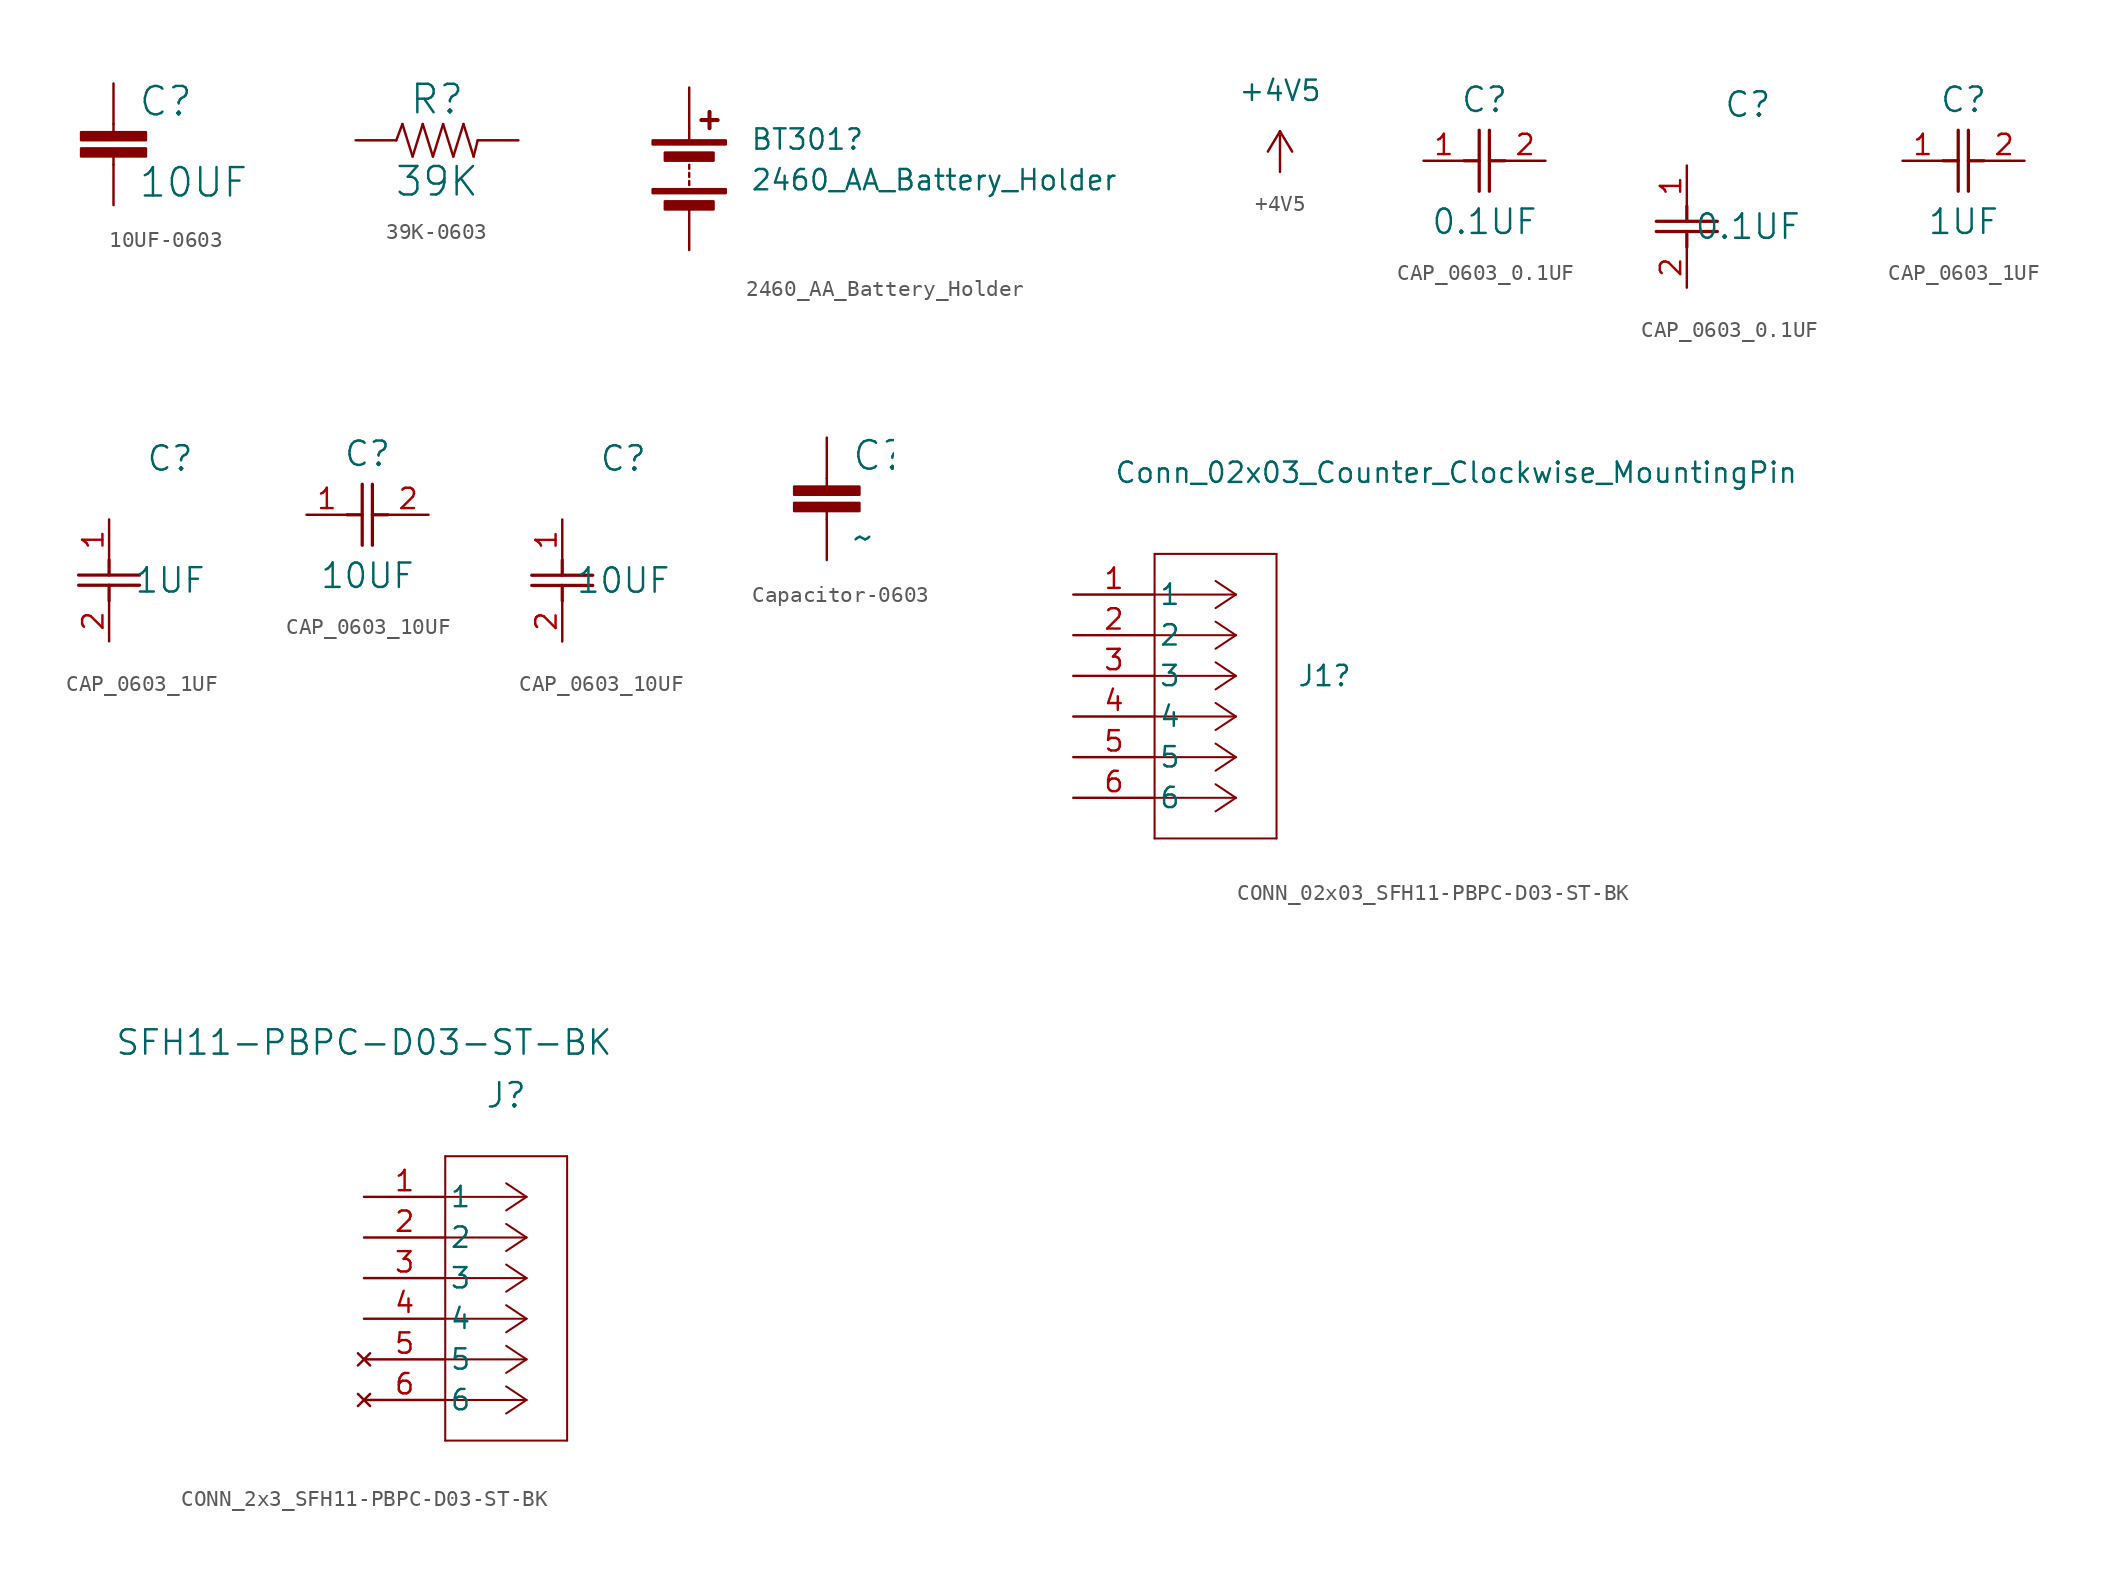
<source format=kicad_sym>
(kicad_symbol_lib
  (version 20220914)
  (generator kicad_symbol_editor)
  (symbol "10UF-0603"
    (property "Reference" "C"
      (at 1.524 2.921 0)
      (effects (font (size 1.778 1.778)) (justify left bottom)))
    (property "Value" "10UF"
      (at 1.524 -2.159 0)
      (effects (font (size 1.778 1.778)) (justify left bottom)))
    (symbol "10UF-0603_1_0"
      (rectangle (start -2.032 0.508) (end 2.032 1.016) (stroke (width 0) (type default)) (fill (type outline)))
      (rectangle (start -2.032 1.524) (end 2.032 2.032) (stroke (width 0) (type default)) (fill (type outline)))
      (polyline (pts (xy 0 0) (xy 0 0.508)) (stroke (width 0.152) (type solid)) (fill (type none)))
      (polyline (pts (xy 0 2.54) (xy 0 2.032)) (stroke (width 0.152) (type solid)) (fill (type none)))
      (pin passive line (at 0 5.08 270) (length 2.54) (name "1" (effects (font (size 0 0)))) (number "1" (effects (font (size 0 0)))))
      (pin passive line (at 0 -2.54 90) (length 2.54) (name "2" (effects (font (size 0 0)))) (number "2" (effects (font (size 0 0)))))))
  (symbol "39K-0603"
    (property "Reference" "R"
      (at 0 1.524 0)
      (effects (font (size 1.778 1.778)) (justify bottom)))
    (property "Value" "39K"
      (at 0 -1.524 0)
      (effects (font (size 1.778 1.778)) (justify top)))
    (symbol "39K-0603_1_0"
      (polyline (pts (xy -2.54 0) (xy -2.159 1.016)) (stroke (width 0.152) (type solid)) (fill (type none)))
      (polyline (pts (xy -2.159 1.016) (xy -1.524 -1.016)) (stroke (width 0.152) (type solid)) (fill (type none)))
      (polyline (pts (xy -1.524 -1.016) (xy -0.889 1.016)) (stroke (width 0.152) (type solid)) (fill (type none)))
      (polyline (pts (xy -0.889 1.016) (xy -0.254 -1.016)) (stroke (width 0.152) (type solid)) (fill (type none)))
      (polyline (pts (xy -0.254 -1.016) (xy 0.381 1.016)) (stroke (width 0.152) (type solid)) (fill (type none)))
      (polyline (pts (xy 0.381 1.016) (xy 1.016 -1.016)) (stroke (width 0.152) (type solid)) (fill (type none)))
      (polyline (pts (xy 1.016 -1.016) (xy 1.651 1.016)) (stroke (width 0.152) (type solid)) (fill (type none)))
      (polyline (pts (xy 1.651 1.016) (xy 2.286 -1.016)) (stroke (width 0.152) (type solid)) (fill (type none)))
      (polyline (pts (xy 2.286 -1.016) (xy 2.54 0)) (stroke (width 0.152) (type solid)) (fill (type none)))
      (pin passive line (at -5.08 0 0) (length 2.54) (name "1" (effects (font (size 0 0)))) (number "1" (effects (font (size 0 0)))))
      (pin passive line (at 5.08 0 180) (length 2.54) (name "2" (effects (font (size 0 0)))) (number "2" (effects (font (size 0 0)))))))
  (symbol "2460_AA_Battery_Holder"
    (pin_numbers hide)
    (pin_names
      (offset 0) hide)
    (property "Reference" "BT301"
      (at 3.81 1.841 0)
      (effects (font (size 1.27 1.27)) (justify left)))
    (property "Value" "2460_AA_Battery_Holder"
      (at 3.81 -0.699 0)
      (effects (font (size 1.27 1.27)) (justify left)))
    (symbol "2460_AA_Battery_Holder_0_1"
      (rectangle (start -2.286 -1.27) (end 2.286 -1.524) (stroke (width 0) (type default)) (fill (type outline)))
      (rectangle (start -2.286 1.778) (end 2.286 1.524) (stroke (width 0) (type default)) (fill (type outline)))
      (rectangle (start -1.524 -2.032) (end 1.524 -2.54) (stroke (width 0) (type default)) (fill (type outline)))
      (rectangle (start -1.524 1.016) (end 1.524 0.508) (stroke (width 0) (type default)) (fill (type outline)))
      (polyline (pts (xy 0 -1.016) (xy 0 -0.762)) (stroke (width 0) (type default)) (fill (type none)))
      (polyline (pts (xy 0 -0.508) (xy 0 -0.254)) (stroke (width 0) (type default)) (fill (type none)))
      (polyline (pts (xy 0 0) (xy 0 0.254)) (stroke (width 0) (type default)) (fill (type none)))
      (polyline (pts (xy 0 1.778) (xy 0 2.54)) (stroke (width 0) (type default)) (fill (type none)))
      (polyline (pts (xy 0.762 3.048) (xy 1.778 3.048)) (stroke (width 0.254) (type default)) (fill (type none)))
      (polyline (pts (xy 1.27 3.556) (xy 1.27 2.54)) (stroke (width 0.254) (type default)) (fill (type none))))
    (symbol "2460_AA_Battery_Holder_1_1"
      (pin passive line (at 0 5.08 270) (length 2.54) (name "+" (effects (font (size 1.27 1.27)))) (number "1" (effects (font (size 1.27 1.27)))))
      (pin passive line (at 0 -5.08 90) (length 2.54) (name "-" (effects (font (size 1.27 1.27)))) (number "2" (effects (font (size 1.27 1.27)))))))
  (symbol "+4V5"
    (power)
    (pin_names
      (offset 0))
    (property "Reference" "#PWR010"
      (at 0 -3.81 0)
      (effects (font (size 1.27 1.27)) hide))
    (property "Value" "+4V5"
      (at 0 5.08 0)
      (effects (font (size 1.27 1.27))))
    (symbol "+4V5_0_1"
      (polyline (pts (xy -0.762 1.27) (xy 0 2.54)) (stroke (width 0) (type default)) (fill (type none)))
      (polyline (pts (xy 0 0) (xy 0 2.54)) (stroke (width 0) (type default)) (fill (type none)))
      (polyline (pts (xy 0 2.54) (xy 0.762 1.27)) (stroke (width 0) (type default)) (fill (type none))))
    (symbol "+4V5_1_1"
      (pin power_in line (at 0 0 90) (length 0) hide (name "+4V5" (effects (font (size 1.27 1.27)))) (number "1" (effects (font (size 1.27 1.27)))))))
  (symbol "CAP_0603_0.1UF"
    (pin_names
      (offset 0.254))
    (property "Reference" "C"
      (at 3.81 3.81 0)
      (effects (font (size 1.524 1.524))))
    (property "Value" "0.1UF"
      (at 3.81 -3.81 0)
      (effects (font (size 1.524 1.524))))
    (symbol "CAP_0603_0.1UF_1_1"
      (polyline (pts (xy 2.54 0) (xy 3.48 0)) (stroke (width 0.203) (type default)) (fill (type none)))
      (polyline (pts (xy 3.48 -1.905) (xy 3.48 1.905)) (stroke (width 0.203) (type default)) (fill (type none)))
      (polyline (pts (xy 4.115 -1.905) (xy 4.115 1.905)) (stroke (width 0.203) (type default)) (fill (type none)))
      (polyline (pts (xy 4.115 0) (xy 5.08 0)) (stroke (width 0.203) (type default)) (fill (type none)))
      (pin passive line (at 0 0 0) (length 2.54) (name "" (effects (font (size 1.27 1.27)))) (number "1" (effects (font (size 1.27 1.27)))))
      (pin passive line (at 7.62 0 180) (length 2.54) (name "" (effects (font (size 1.27 1.27)))) (number "2" (effects (font (size 1.27 1.27))))))
    (symbol "CAP_0603_0.1UF_1_2"
      (polyline (pts (xy -1.905 -4.115) (xy 1.905 -4.115)) (stroke (width 0.203) (type default)) (fill (type none)))
      (polyline (pts (xy -1.905 -3.48) (xy 1.905 -3.48)) (stroke (width 0.203) (type default)) (fill (type none)))
      (polyline (pts (xy 0 -4.115) (xy 0 -5.08)) (stroke (width 0.203) (type default)) (fill (type none)))
      (polyline (pts (xy 0 -2.54) (xy 0 -3.48)) (stroke (width 0.203) (type default)) (fill (type none)))
      (pin unspecified line (at 0 0 270) (length 2.54) (name "" (effects (font (size 1.27 1.27)))) (number "1" (effects (font (size 1.27 1.27)))))
      (pin unspecified line (at 0 -7.62 90) (length 2.54) (name "" (effects (font (size 1.27 1.27)))) (number "2" (effects (font (size 1.27 1.27)))))))
  (symbol "CAP_0603_1UF"
    (pin_names
      (offset 0.254))
    (property "Reference" "C"
      (at 3.81 3.81 0)
      (effects (font (size 1.524 1.524))))
    (property "Value" "1UF"
      (at 3.81 -3.81 0)
      (effects (font (size 1.524 1.524))))
    (symbol "CAP_0603_1UF_1_1"
      (polyline (pts (xy 2.54 0) (xy 3.48 0)) (stroke (width 0.203) (type default)) (fill (type none)))
      (polyline (pts (xy 3.48 -1.905) (xy 3.48 1.905)) (stroke (width 0.203) (type default)) (fill (type none)))
      (polyline (pts (xy 4.115 -1.905) (xy 4.115 1.905)) (stroke (width 0.203) (type default)) (fill (type none)))
      (polyline (pts (xy 4.115 0) (xy 5.08 0)) (stroke (width 0.203) (type default)) (fill (type none)))
      (pin passive line (at 0 0 0) (length 2.54) (name "" (effects (font (size 1.27 1.27)))) (number "1" (effects (font (size 1.27 1.27)))))
      (pin passive line (at 7.62 0 180) (length 2.54) (name "" (effects (font (size 1.27 1.27)))) (number "2" (effects (font (size 1.27 1.27))))))
    (symbol "CAP_0603_1UF_1_2"
      (polyline (pts (xy -1.905 -4.115) (xy 1.905 -4.115)) (stroke (width 0.203) (type default)) (fill (type none)))
      (polyline (pts (xy -1.905 -3.48) (xy 1.905 -3.48)) (stroke (width 0.203) (type default)) (fill (type none)))
      (polyline (pts (xy 0 -4.115) (xy 0 -5.08)) (stroke (width 0.203) (type default)) (fill (type none)))
      (polyline (pts (xy 0 -2.54) (xy 0 -3.48)) (stroke (width 0.203) (type default)) (fill (type none)))
      (pin unspecified line (at 0 0 270) (length 2.54) (name "" (effects (font (size 1.27 1.27)))) (number "1" (effects (font (size 1.27 1.27)))))
      (pin unspecified line (at 0 -7.62 90) (length 2.54) (name "" (effects (font (size 1.27 1.27)))) (number "2" (effects (font (size 1.27 1.27)))))))
  (symbol "CAP_0603_10UF"
    (pin_names
      (offset 0.254))
    (property "Reference" "C"
      (at 3.81 3.81 0)
      (effects (font (size 1.524 1.524))))
    (property "Value" "10UF"
      (at 3.81 -3.81 0)
      (effects (font (size 1.524 1.524))))
    (symbol "CAP_0603_10UF_1_1"
      (polyline (pts (xy 2.54 0) (xy 3.48 0)) (stroke (width 0.203) (type default)) (fill (type none)))
      (polyline (pts (xy 3.48 -1.905) (xy 3.48 1.905)) (stroke (width 0.203) (type default)) (fill (type none)))
      (polyline (pts (xy 4.115 -1.905) (xy 4.115 1.905)) (stroke (width 0.203) (type default)) (fill (type none)))
      (polyline (pts (xy 4.115 0) (xy 5.08 0)) (stroke (width 0.203) (type default)) (fill (type none)))
      (pin passive line (at 0 0 0) (length 2.54) (name "" (effects (font (size 1.27 1.27)))) (number "1" (effects (font (size 1.27 1.27)))))
      (pin passive line (at 7.62 0 180) (length 2.54) (name "" (effects (font (size 1.27 1.27)))) (number "2" (effects (font (size 1.27 1.27))))))
    (symbol "CAP_0603_10UF_1_2"
      (polyline (pts (xy -1.905 -4.115) (xy 1.905 -4.115)) (stroke (width 0.203) (type default)) (fill (type none)))
      (polyline (pts (xy -1.905 -3.48) (xy 1.905 -3.48)) (stroke (width 0.203) (type default)) (fill (type none)))
      (polyline (pts (xy 0 -4.115) (xy 0 -5.08)) (stroke (width 0.203) (type default)) (fill (type none)))
      (polyline (pts (xy 0 -2.54) (xy 0 -3.48)) (stroke (width 0.203) (type default)) (fill (type none)))
      (pin unspecified line (at 0 0 270) (length 2.54) (name "" (effects (font (size 1.27 1.27)))) (number "1" (effects (font (size 1.27 1.27)))))
      (pin unspecified line (at 0 -7.62 90) (length 2.54) (name "" (effects (font (size 1.27 1.27)))) (number "2" (effects (font (size 1.27 1.27)))))))
  (symbol "Capacitor-0603"
    (property "Reference" "C"
      (at 1.524 2.921 0)
      (effects (font (size 1.778 1.778)) (justify left bottom)))
    (property "Value" "~"
      (at 1.524 -2.159 0)
      (effects (font (size 1.778 1.778)) (justify left bottom)))
    (symbol "Capacitor-0603_1_0"
      (rectangle (start -2.032 0.508) (end 2.032 1.016) (stroke (width 0) (type default)) (fill (type outline)))
      (rectangle (start -2.032 1.524) (end 2.032 2.032) (stroke (width 0) (type default)) (fill (type outline)))
      (polyline (pts (xy 0 0) (xy 0 0.508)) (stroke (width 0.152) (type solid)) (fill (type none)))
      (polyline (pts (xy 0 2.54) (xy 0 2.032)) (stroke (width 0.152) (type solid)) (fill (type none)))
      (pin passive line (at 0 5.08 270) (length 2.54) (name "1" (effects (font (size 0 0)))) (number "1" (effects (font (size 0 0)))))
      (pin passive line (at 0 -2.54 90) (length 2.54) (name "2" (effects (font (size 0 0)))) (number "2" (effects (font (size 0 0)))))))
  (symbol "CONN_02x03_SFH11-PBPC-D03-ST-BK"
    (pin_names
      (offset 0.254))
    (property "Reference" "J1"
      (at 13.97 -5.08 0)
      (effects (font (size 1.27 1.27)) (justify left)))
    (property "Value" "Conn_02x03_Counter_Clockwise_MountingPin"
      (at 2.54 7.62 0)
      (effects (font (size 1.27 1.27)) (justify left)))
    (symbol "CONN_02x03_SFH11-PBPC-D03-ST-BK_0_1"
      (polyline (pts (xy 5.08 -15.24) (xy 12.7 -15.24)) (stroke (width 0.127) (type default)) (fill (type none)))
      (polyline (pts (xy 5.08 2.54) (xy 5.08 -15.24)) (stroke (width 0.127) (type default)) (fill (type none)))
      (polyline (pts (xy 10.16 -12.7) (xy 5.08 -12.7)) (stroke (width 0.127) (type default)) (fill (type none)))
      (polyline (pts (xy 10.16 -12.7) (xy 8.89 -13.547)) (stroke (width 0.127) (type default)) (fill (type none)))
      (polyline (pts (xy 10.16 -12.7) (xy 8.89 -11.853)) (stroke (width 0.127) (type default)) (fill (type none)))
      (polyline (pts (xy 10.16 -10.16) (xy 5.08 -10.16)) (stroke (width 0.127) (type default)) (fill (type none)))
      (polyline (pts (xy 10.16 -10.16) (xy 8.89 -11.007)) (stroke (width 0.127) (type default)) (fill (type none)))
      (polyline (pts (xy 10.16 -10.16) (xy 8.89 -9.313)) (stroke (width 0.127) (type default)) (fill (type none)))
      (polyline (pts (xy 10.16 -7.62) (xy 5.08 -7.62)) (stroke (width 0.127) (type default)) (fill (type none)))
      (polyline (pts (xy 10.16 -7.62) (xy 8.89 -8.467)) (stroke (width 0.127) (type default)) (fill (type none)))
      (polyline (pts (xy 10.16 -7.62) (xy 8.89 -6.773)) (stroke (width 0.127) (type default)) (fill (type none)))
      (polyline (pts (xy 10.16 -5.08) (xy 5.08 -5.08)) (stroke (width 0.127) (type default)) (fill (type none)))
      (polyline (pts (xy 10.16 -5.08) (xy 8.89 -5.927)) (stroke (width 0.127) (type default)) (fill (type none)))
      (polyline (pts (xy 10.16 -5.08) (xy 8.89 -4.233)) (stroke (width 0.127) (type default)) (fill (type none)))
      (polyline (pts (xy 10.16 -2.54) (xy 5.08 -2.54)) (stroke (width 0.127) (type default)) (fill (type none)))
      (polyline (pts (xy 10.16 -2.54) (xy 8.89 -3.387)) (stroke (width 0.127) (type default)) (fill (type none)))
      (polyline (pts (xy 10.16 -2.54) (xy 8.89 -1.693)) (stroke (width 0.127) (type default)) (fill (type none)))
      (polyline (pts (xy 10.16 0) (xy 5.08 0)) (stroke (width 0.127) (type default)) (fill (type none)))
      (polyline (pts (xy 10.16 0) (xy 8.89 -0.847)) (stroke (width 0.127) (type default)) (fill (type none)))
      (polyline (pts (xy 10.16 0) (xy 8.89 0.847)) (stroke (width 0.127) (type default)) (fill (type none)))
      (polyline (pts (xy 12.7 -15.24) (xy 12.7 2.54)) (stroke (width 0.127) (type default)) (fill (type none)))
      (polyline (pts (xy 12.7 2.54) (xy 5.08 2.54)) (stroke (width 0.127) (type default)) (fill (type none))))
    (symbol "CONN_02x03_SFH11-PBPC-D03-ST-BK_1_1"
      (pin power_in line (at 0 0 0) (length 5.08) (name "1" (effects (font (size 1.27 1.27)))) (number "1" (effects (font (size 1.27 1.27)))))
      (pin power_in line (at 0 -2.54 0) (length 5.08) (name "2" (effects (font (size 1.27 1.27)))) (number "2" (effects (font (size 1.27 1.27)))))
      (pin bidirectional line (at 0 -5.08 0) (length 5.08) (name "3" (effects (font (size 1.27 1.27)))) (number "3" (effects (font (size 1.27 1.27)))))
      (pin bidirectional line (at 0 -7.62 0) (length 5.08) (name "4" (effects (font (size 1.27 1.27)))) (number "4" (effects (font (size 1.27 1.27)))))
      (pin bidirectional line (at 0 -10.16 0) (length 5.08) (name "5" (effects (font (size 1.27 1.27)))) (number "5" (effects (font (size 1.27 1.27)))))
      (pin bidirectional line (at 0 -12.7 0) (length 5.08) (name "6" (effects (font (size 1.27 1.27)))) (number "6" (effects (font (size 1.27 1.27)))))))
  (symbol "CONN_2x3_SFH11-PBPC-D03-ST-BK"
    (pin_names
      (offset 0.254))
    (property "Reference" "J"
      (at 8.89 6.35 0)
      (effects (font (size 1.524 1.524))))
    (property "Value" "SFH11-PBPC-D03-ST-BK"
      (at 0 9.652 0)
      (effects (font (size 1.524 1.524))))
    (symbol "CONN_2x3_SFH11-PBPC-D03-ST-BK_0_1"
      (polyline (pts (xy 5.08 -15.24) (xy 12.7 -15.24)) (stroke (width 0.127) (type default)) (fill (type none)))
      (polyline (pts (xy 5.08 2.54) (xy 5.08 -15.24)) (stroke (width 0.127) (type default)) (fill (type none)))
      (polyline (pts (xy 10.16 -12.7) (xy 5.08 -12.7)) (stroke (width 0.127) (type default)) (fill (type none)))
      (polyline (pts (xy 10.16 -12.7) (xy 8.89 -13.547)) (stroke (width 0.127) (type default)) (fill (type none)))
      (polyline (pts (xy 10.16 -12.7) (xy 8.89 -11.853)) (stroke (width 0.127) (type default)) (fill (type none)))
      (polyline (pts (xy 10.16 -10.16) (xy 5.08 -10.16)) (stroke (width 0.127) (type default)) (fill (type none)))
      (polyline (pts (xy 10.16 -10.16) (xy 8.89 -11.007)) (stroke (width 0.127) (type default)) (fill (type none)))
      (polyline (pts (xy 10.16 -10.16) (xy 8.89 -9.313)) (stroke (width 0.127) (type default)) (fill (type none)))
      (polyline (pts (xy 10.16 -7.62) (xy 5.08 -7.62)) (stroke (width 0.127) (type default)) (fill (type none)))
      (polyline (pts (xy 10.16 -7.62) (xy 8.89 -8.467)) (stroke (width 0.127) (type default)) (fill (type none)))
      (polyline (pts (xy 10.16 -7.62) (xy 8.89 -6.773)) (stroke (width 0.127) (type default)) (fill (type none)))
      (polyline (pts (xy 10.16 -5.08) (xy 5.08 -5.08)) (stroke (width 0.127) (type default)) (fill (type none)))
      (polyline (pts (xy 10.16 -5.08) (xy 8.89 -5.927)) (stroke (width 0.127) (type default)) (fill (type none)))
      (polyline (pts (xy 10.16 -5.08) (xy 8.89 -4.233)) (stroke (width 0.127) (type default)) (fill (type none)))
      (polyline (pts (xy 10.16 -2.54) (xy 5.08 -2.54)) (stroke (width 0.127) (type default)) (fill (type none)))
      (polyline (pts (xy 10.16 -2.54) (xy 8.89 -3.387)) (stroke (width 0.127) (type default)) (fill (type none)))
      (polyline (pts (xy 10.16 -2.54) (xy 8.89 -1.693)) (stroke (width 0.127) (type default)) (fill (type none)))
      (polyline (pts (xy 10.16 0) (xy 5.08 0)) (stroke (width 0.127) (type default)) (fill (type none)))
      (polyline (pts (xy 10.16 0) (xy 8.89 -0.847)) (stroke (width 0.127) (type default)) (fill (type none)))
      (polyline (pts (xy 10.16 0) (xy 8.89 0.847)) (stroke (width 0.127) (type default)) (fill (type none)))
      (polyline (pts (xy 12.7 -15.24) (xy 12.7 2.54)) (stroke (width 0.127) (type default)) (fill (type none)))
      (polyline (pts (xy 12.7 2.54) (xy 5.08 2.54)) (stroke (width 0.127) (type default)) (fill (type none))))
    (symbol "CONN_2x3_SFH11-PBPC-D03-ST-BK_1_1"
      (pin power_in line (at 0 0 0) (length 5.08) (name "1" (effects (font (size 1.27 1.27)))) (number "1" (effects (font (size 1.27 1.27)))))
      (pin power_in line (at 0 -2.54 0) (length 5.08) (name "2" (effects (font (size 1.27 1.27)))) (number "2" (effects (font (size 1.27 1.27)))))
      (pin bidirectional line (at 0 -5.08 0) (length 5.08) (name "3" (effects (font (size 1.27 1.27)))) (number "3" (effects (font (size 1.27 1.27)))))
      (pin bidirectional line (at 0 -7.62 0) (length 5.08) (name "4" (effects (font (size 1.27 1.27)))) (number "4" (effects (font (size 1.27 1.27)))))
      (pin no_connect line (at 0 -10.16 0) (length 5.08) (name "5" (effects (font (size 1.27 1.27)))) (number "5" (effects (font (size 1.27 1.27)))))
      (pin no_connect line (at 0 -12.7 0) (length 5.08) (name "6" (effects (font (size 1.27 1.27)))) (number "6" (effects (font (size 1.27 1.27))))))))
</source>
